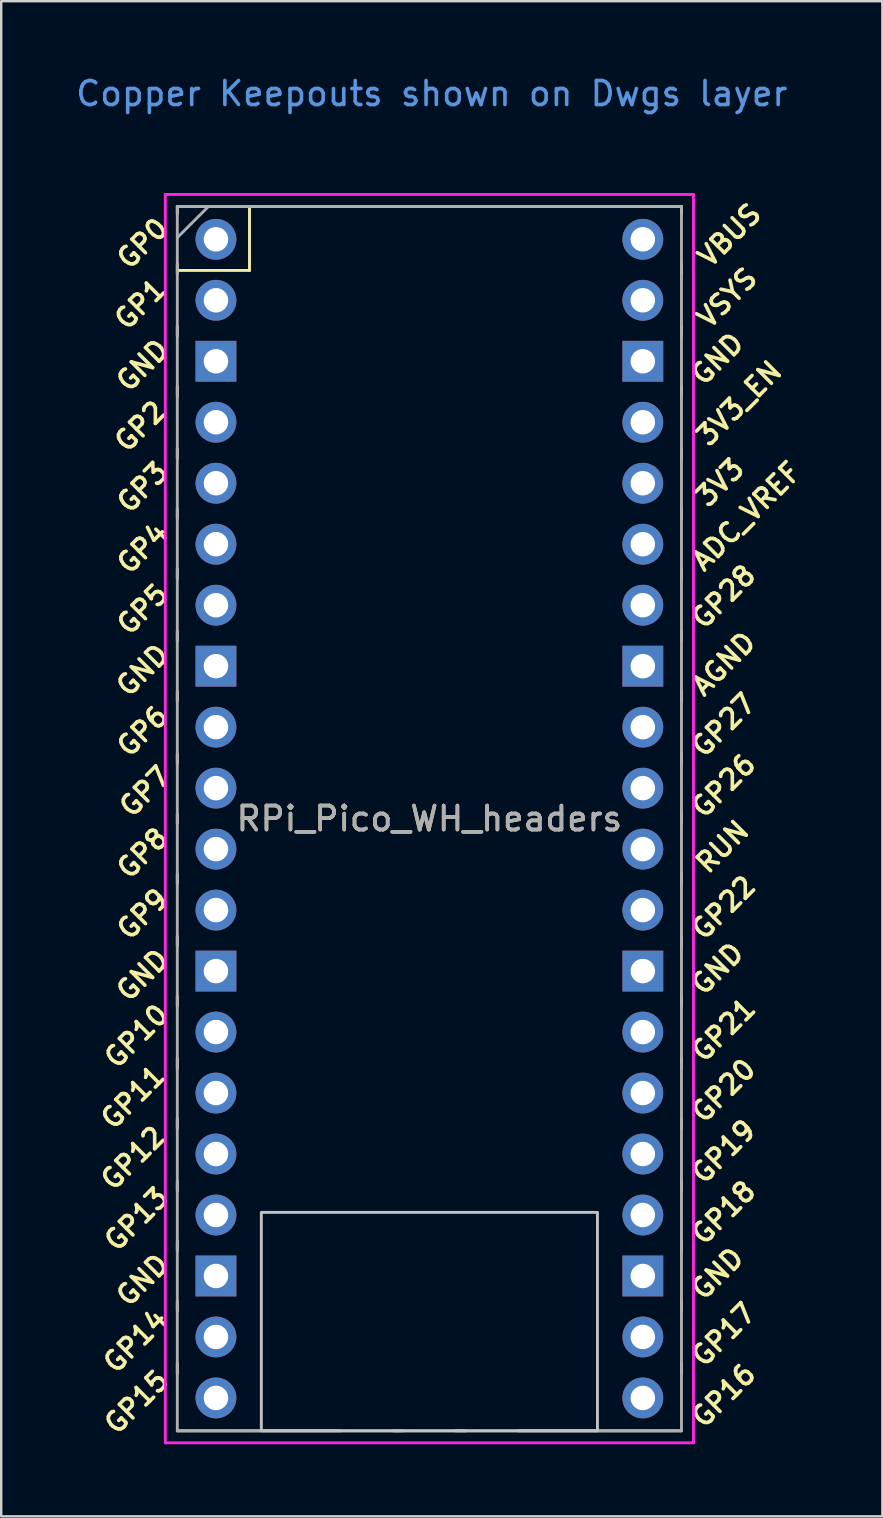
<source format=kicad_pcb>
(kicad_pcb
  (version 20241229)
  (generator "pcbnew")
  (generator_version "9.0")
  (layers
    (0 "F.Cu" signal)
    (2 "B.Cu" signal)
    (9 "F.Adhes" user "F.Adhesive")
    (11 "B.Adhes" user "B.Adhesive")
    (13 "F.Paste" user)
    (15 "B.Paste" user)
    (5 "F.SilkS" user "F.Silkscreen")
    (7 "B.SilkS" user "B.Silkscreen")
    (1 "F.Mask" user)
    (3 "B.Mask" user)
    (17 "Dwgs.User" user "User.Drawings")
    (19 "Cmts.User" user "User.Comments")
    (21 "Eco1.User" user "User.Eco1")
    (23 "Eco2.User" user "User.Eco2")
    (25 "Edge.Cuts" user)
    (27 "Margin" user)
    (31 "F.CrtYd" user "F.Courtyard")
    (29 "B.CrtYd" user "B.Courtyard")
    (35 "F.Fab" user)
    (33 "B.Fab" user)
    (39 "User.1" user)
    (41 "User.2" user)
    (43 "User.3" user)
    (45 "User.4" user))
  (footprint "RPi_Pico_WH_headers"
    (layer "F.Cu")
    (at 14.835 31.048)
    (property "Reference" "RPi_Pico_WH_headers" (at 0 0 0) (layer "F.SilkS") (effects (font (size 1 1) (thickness 0.15))))
    (attr through_hole)
    (fp_line (start -10.5 -25.5) (end -10.5 -25.2) (stroke (width 0.12) (type solid)) (layer "F.SilkS"))
    (fp_line (start -10.5 -25.5) (end 10.5 -25.5) (stroke (width 0.12) (type solid)) (layer "F.SilkS"))
    (fp_line (start -10.5 -23.1) (end -10.5 -22.7) (stroke (width 0.12) (type solid)) (layer "F.SilkS"))
    (fp_line (start -10.5 -22.833) (end -7.493 -22.833) (stroke (width 0.12) (type solid)) (layer "F.SilkS"))
    (fp_line (start -10.5 -20.5) (end -10.5 -20.1) (stroke (width 0.12) (type solid)) (layer "F.SilkS"))
    (fp_line (start -10.5 -18) (end -10.5 -17.6) (stroke (width 0.12) (type solid)) (layer "F.SilkS"))
    (fp_line (start -10.5 -15.4) (end -10.5 -15) (stroke (width 0.12) (type solid)) (layer "F.SilkS"))
    (fp_line (start -10.5 -12.9) (end -10.5 -12.5) (stroke (width 0.12) (type solid)) (layer "F.SilkS"))
    (fp_line (start -10.5 -10.4) (end -10.5 -10) (stroke (width 0.12) (type solid)) (layer "F.SilkS"))
    (fp_line (start -10.5 -7.8) (end -10.5 -7.4) (stroke (width 0.12) (type solid)) (layer "F.SilkS"))
    (fp_line (start -10.5 -5.3) (end -10.5 -4.9) (stroke (width 0.12) (type solid)) (layer "F.SilkS"))
    (fp_line (start -10.5 -2.7) (end -10.5 -2.3) (stroke (width 0.12) (type solid)) (layer "F.SilkS"))
    (fp_line (start -10.5 -0.2) (end -10.5 0.2) (stroke (width 0.12) (type solid)) (layer "F.SilkS"))
    (fp_line (start -10.5 2.3) (end -10.5 2.7) (stroke (width 0.12) (type solid)) (layer "F.SilkS"))
    (fp_line (start -10.5 4.9) (end -10.5 5.3) (stroke (width 0.12) (type solid)) (layer "F.SilkS"))
    (fp_line (start -10.5 7.4) (end -10.5 7.8) (stroke (width 0.12) (type solid)) (layer "F.SilkS"))
    (fp_line (start -10.5 10) (end -10.5 10.4) (stroke (width 0.12) (type solid)) (layer "F.SilkS"))
    (fp_line (start -10.5 12.5) (end -10.5 12.9) (stroke (width 0.12) (type solid)) (layer "F.SilkS"))
    (fp_line (start -10.5 15.1) (end -10.5 15.5) (stroke (width 0.12) (type solid)) (layer "F.SilkS"))
    (fp_line (start -10.5 17.6) (end -10.5 18) (stroke (width 0.12) (type solid)) (layer "F.SilkS"))
    (fp_line (start -10.5 20.1) (end -10.5 20.5) (stroke (width 0.12) (type solid)) (layer "F.SilkS"))
    (fp_line (start -10.5 22.7) (end -10.5 23.1) (stroke (width 0.12) (type solid)) (layer "F.SilkS"))
    (fp_line (start -7.493 -22.833) (end -7.493 -25.5) (stroke (width 0.12) (type solid)) (layer "F.SilkS"))
    (fp_line (start -3.7 25.5) (end -10.5 25.5) (stroke (width 0.12) (type solid)) (layer "F.SilkS"))
    (fp_line (start -1.5 25.5) (end -1.1 25.5) (stroke (width 0.12) (type solid)) (layer "F.SilkS"))
    (fp_line (start 1.1 25.5) (end 1.5 25.5) (stroke (width 0.12) (type solid)) (layer "F.SilkS"))
    (fp_line (start 10.5 -25.5) (end 10.5 -25.2) (stroke (width 0.12) (type solid)) (layer "F.SilkS"))
    (fp_line (start 10.5 -23.1) (end 10.5 -22.7) (stroke (width 0.12) (type solid)) (layer "F.SilkS"))
    (fp_line (start 10.5 -20.5) (end 10.5 -20.1) (stroke (width 0.12) (type solid)) (layer "F.SilkS"))
    (fp_line (start 10.5 -18) (end 10.5 -17.6) (stroke (width 0.12) (type solid)) (layer "F.SilkS"))
    (fp_line (start 10.5 -15.4) (end 10.5 -15) (stroke (width 0.12) (type solid)) (layer "F.SilkS"))
    (fp_line (start 10.5 -12.9) (end 10.5 -12.5) (stroke (width 0.12) (type solid)) (layer "F.SilkS"))
    (fp_line (start 10.5 -10.4) (end 10.5 -10) (stroke (width 0.12) (type solid)) (layer "F.SilkS"))
    (fp_line (start 10.5 -7.8) (end 10.5 -7.4) (stroke (width 0.12) (type solid)) (layer "F.SilkS"))
    (fp_line (start 10.5 -5.3) (end 10.5 -4.9) (stroke (width 0.12) (type solid)) (layer "F.SilkS"))
    (fp_line (start 10.5 -2.7) (end 10.5 -2.3) (stroke (width 0.12) (type solid)) (layer "F.SilkS"))
    (fp_line (start 10.5 -0.2) (end 10.5 0.2) (stroke (width 0.12) (type solid)) (layer "F.SilkS"))
    (fp_line (start 10.5 2.3) (end 10.5 2.7) (stroke (width 0.12) (type solid)) (layer "F.SilkS"))
    (fp_line (start 10.5 4.9) (end 10.5 5.3) (stroke (width 0.12) (type solid)) (layer "F.SilkS"))
    (fp_line (start 10.5 7.4) (end 10.5 7.8) (stroke (width 0.12) (type solid)) (layer "F.SilkS"))
    (fp_line (start 10.5 10) (end 10.5 10.4) (stroke (width 0.12) (type solid)) (layer "F.SilkS"))
    (fp_line (start 10.5 12.5) (end 10.5 12.9) (stroke (width 0.12) (type solid)) (layer "F.SilkS"))
    (fp_line (start 10.5 15.1) (end 10.5 15.5) (stroke (width 0.12) (type solid)) (layer "F.SilkS"))
    (fp_line (start 10.5 17.6) (end 10.5 18) (stroke (width 0.12) (type solid)) (layer "F.SilkS"))
    (fp_line (start 10.5 20.1) (end 10.5 20.5) (stroke (width 0.12) (type solid)) (layer "F.SilkS"))
    (fp_line (start 10.5 22.7) (end 10.5 23.1) (stroke (width 0.12) (type solid)) (layer "F.SilkS"))
    (fp_line (start 10.5 25.5) (end 3.7 25.5) (stroke (width 0.12) (type solid)) (layer "F.SilkS"))
    (fp_rect (start -7 16.4) (end 7 25.5) (stroke (width 0.12) (type solid)) (fill no) (layer "Dwgs.User"))
    (fp_line (start -11 -26) (end 11 -26) (stroke (width 0.12) (type solid)) (layer "F.CrtYd"))
    (fp_line (start -11 26) (end -11 -26) (stroke (width 0.12) (type solid)) (layer "F.CrtYd"))
    (fp_line (start 11 -26) (end 11 26) (stroke (width 0.12) (type solid)) (layer "F.CrtYd"))
    (fp_line (start 11 26) (end -11 26) (stroke (width 0.12) (type solid)) (layer "F.CrtYd"))
    (fp_line (start -10.5 -25.5) (end 10.5 -25.5) (stroke (width 0.12) (type solid)) (layer "F.Fab"))
    (fp_line (start -10.5 -24.2) (end -9.2 -25.5) (stroke (width 0.12) (type solid)) (layer "F.Fab"))
    (fp_line (start -10.5 25.5) (end -10.5 -25.5) (stroke (width 0.12) (type solid)) (layer "F.Fab"))
    (fp_line (start 10.5 -25.5) (end 10.5 25.5) (stroke (width 0.12) (type solid)) (layer "F.Fab"))
    (fp_line (start 10.5 25.5) (end -10.5 25.5) (stroke (width 0.12) (type solid)) (layer "F.Fab"))
    (fp_text user "GP19" (at 12.254 13.87 45) (layer "F.SilkS") (effects (font (size 0.8 0.8) (thickness 0.15))))
    (fp_text user "GP10" (at -12.2 9.06 45) (layer "F.SilkS") (effects (font (size 0.8 0.8) (thickness 0.15))))
    (fp_text user "GP26" (at 12.254 -1.37 45) (layer "F.SilkS") (effects (font (size 0.8 0.8) (thickness 0.15))))
    (fp_text user "GND" (at -11.946 6.52 45) (layer "F.SilkS") (effects (font (size 0.8 0.8) (thickness 0.15))))
    (fp_text user "3V3_EN" (at 12.9 -17.3 45) (layer "F.SilkS") (effects (font (size 0.8 0.8) (thickness 0.15))))
    (fp_text user "GP6" (at -11.946 -3.64 45) (layer "F.SilkS") (effects (font (size 0.8 0.8) (thickness 0.15))))
    (fp_text user "GND" (at -11.946 -18.88 45) (layer "F.SilkS") (effects (font (size 0.8 0.8) (thickness 0.15))))
    (fp_text user "GP8" (at -11.946 1.44 45) (layer "F.SilkS") (effects (font (size 0.8 0.8) (thickness 0.15))))
    (fp_text user "GP1" (at -12.046 -21.43 45) (layer "F.SilkS") (effects (font (size 0.8 0.8) (thickness 0.15))))
    (fp_text user "GP2" (at -12.046 -16.34 45) (layer "F.SilkS") (effects (font (size 0.8 0.8) (thickness 0.15))))
    (fp_text user "GP7" (at -11.846 -1.13 45) (layer "F.SilkS") (effects (font (size 0.8 0.8) (thickness 0.15))))
    (fp_text user "RUN" (at 12.2 1.17 45) (layer "F.SilkS") (effects (font (size 0.8 0.8) (thickness 0.15))))
    (fp_text user "GND" (at 12 -19.15 45) (layer "F.SilkS") (effects (font (size 0.8 0.8) (thickness 0.15))))
    (fp_text user "GND" (at 12 6.25 45) (layer "F.SilkS") (effects (font (size 0.8 0.8) (thickness 0.15))))
    (fp_text user "GP27" (at 12.254 -3.9 45) (layer "F.SilkS") (effects (font (size 0.8 0.8) (thickness 0.15))))
    (fp_text user "GP13" (at -12.2 16.68 45) (layer "F.SilkS") (effects (font (size 0.8 0.8) (thickness 0.15))))
    (fp_text user "GND" (at -11.946 -6.18 45) (layer "F.SilkS") (effects (font (size 0.8 0.8) (thickness 0.15))))
    (fp_text user "GP28" (at 12.254 -9.244 45) (layer "F.SilkS") (effects (font (size 0.8 0.8) (thickness 0.15))))
    (fp_text user "ADC_VREF" (at 13.2 -12.6 45) (layer "F.SilkS") (effects (font (size 0.8 0.8) (thickness 0.15))))
    (fp_text user "GP22" (at 12.254 3.71 45) (layer "F.SilkS") (effects (font (size 0.8 0.8) (thickness 0.15))))
    (fp_text user "GP11" (at -12.346 11.6 45) (layer "F.SilkS") (effects (font (size 0.8 0.8) (thickness 0.15))))
    (fp_text user "AGND" (at 12.254 -6.45 45) (layer "F.SilkS") (effects (font (size 0.8 0.8) (thickness 0.15))))
    (fp_text user "GP0" (at -11.946 -23.96 45) (layer "F.SilkS") (effects (font (size 0.8 0.8) (thickness 0.15))))
    (fp_text user "GP9" (at -11.946 3.98 45) (layer "F.SilkS") (effects (font (size 0.8 0.8) (thickness 0.15))))
    (fp_text user "GP14" (at -12.246 21.76 45) (layer "F.SilkS") (effects (font (size 0.8 0.8) (thickness 0.15))))
    (fp_text user "GP20" (at 12.254 11.33 45) (layer "F.SilkS") (effects (font (size 0.8 0.8) (thickness 0.15))))
    (fp_text user "GP17" (at 12.254 21.49 45) (layer "F.SilkS") (effects (font (size 0.8 0.8) (thickness 0.15))))
    (fp_text user "GND" (at -11.946 19.22 45) (layer "F.SilkS") (effects (font (size 0.8 0.8) (thickness 0.15))))
    (fp_text user "VBUS" (at 12.5 -24.3 45) (layer "F.SilkS") (effects (font (size 0.8 0.8) (thickness 0.15))))
    (fp_text user "GP4" (at -11.946 -11.26 45) (layer "F.SilkS") (effects (font (size 0.8 0.8) (thickness 0.15))))
    (fp_text user "VSYS" (at 12.4 -21.69 45) (layer "F.SilkS") (effects (font (size 0.8 0.8) (thickness 0.15))))
    (fp_text user "GP5" (at -11.946 -8.72 45) (layer "F.SilkS") (effects (font (size 0.8 0.8) (thickness 0.15))))
    (fp_text user "GP15" (at -12.2 24.3 45) (layer "F.SilkS") (effects (font (size 0.8 0.8) (thickness 0.15))))
    (fp_text user "GP16" (at 12.254 24.03 45) (layer "F.SilkS") (effects (font (size 0.8 0.8) (thickness 0.15))))
    (fp_text user "GP3" (at -11.946 -13.8 45) (layer "F.SilkS") (effects (font (size 0.8 0.8) (thickness 0.15))))
    (fp_text user "GP21" (at 12.254 8.8 45) (layer "F.SilkS") (effects (font (size 0.8 0.8) (thickness 0.15))))
    (fp_text user "GP18" (at 12.254 16.41 45) (layer "F.SilkS") (effects (font (size 0.8 0.8) (thickness 0.15))))
    (fp_text user "GND" (at 12 18.95 45) (layer "F.SilkS") (effects (font (size 0.8 0.8) (thickness 0.15))))
    (fp_text user "3V3" (at 12.1 -14 45) (layer "F.SilkS") (effects (font (size 0.8 0.8) (thickness 0.15))))
    (fp_text user "GP12" (at -12.346 14.14 45) (layer "F.SilkS") (effects (font (size 0.8 0.8) (thickness 0.15))))
    (fp_text user "Copper Keepouts shown on Dwgs layer" (at 0.1 -30.2 0) (layer "Cmts.User") (effects (font (size 1 1) (thickness 0.15))))
    (fp_text user "${REFERENCE}" (at 0 0 180) (layer "F.Fab") (effects (font (size 1 1) (thickness 0.15))))
    (pad "1" thru_hole oval (at -8.89 -24.13) (size 1.7 1.7) (drill 1.02) (layers "*.Cu" "*.Mask"))
    (pad "2" thru_hole oval (at -8.89 -21.59) (size 1.7 1.7) (drill 1.02) (layers "*.Cu" "*.Mask"))
    (pad "3" thru_hole rect (at -8.89 -19.05) (size 1.7 1.7) (drill 1.02) (layers "*.Cu" "*.Mask"))
    (pad "4" thru_hole oval (at -8.89 -16.51) (size 1.7 1.7) (drill 1.02) (layers "*.Cu" "*.Mask"))
    (pad "5" thru_hole oval (at -8.89 -13.97) (size 1.7 1.7) (drill 1.02) (layers "*.Cu" "*.Mask"))
    (pad "6" thru_hole oval (at -8.89 -11.43) (size 1.7 1.7) (drill 1.02) (layers "*.Cu" "*.Mask"))
    (pad "7" thru_hole oval (at -8.89 -8.89) (size 1.7 1.7) (drill 1.02) (layers "*.Cu" "*.Mask"))
    (pad "8" thru_hole rect (at -8.89 -6.35) (size 1.7 1.7) (drill 1.02) (layers "*.Cu" "*.Mask"))
    (pad "9" thru_hole oval (at -8.89 -3.81) (size 1.7 1.7) (drill 1.02) (layers "*.Cu" "*.Mask"))
    (pad "10" thru_hole oval (at -8.89 -1.27) (size 1.7 1.7) (drill 1.02) (layers "*.Cu" "*.Mask"))
    (pad "11" thru_hole oval (at -8.89 1.27) (size 1.7 1.7) (drill 1.02) (layers "*.Cu" "*.Mask"))
    (pad "12" thru_hole oval (at -8.89 3.81) (size 1.7 1.7) (drill 1.02) (layers "*.Cu" "*.Mask"))
    (pad "13" thru_hole rect (at -8.89 6.35) (size 1.7 1.7) (drill 1.02) (layers "*.Cu" "*.Mask"))
    (pad "14" thru_hole oval (at -8.89 8.89) (size 1.7 1.7) (drill 1.02) (layers "*.Cu" "*.Mask"))
    (pad "15" thru_hole oval (at -8.89 11.43) (size 1.7 1.7) (drill 1.02) (layers "*.Cu" "*.Mask"))
    (pad "16" thru_hole oval (at -8.89 13.97) (size 1.7 1.7) (drill 1.02) (layers "*.Cu" "*.Mask"))
    (pad "17" thru_hole oval (at -8.89 16.51) (size 1.7 1.7) (drill 1.02) (layers "*.Cu" "*.Mask"))
    (pad "18" thru_hole rect (at -8.89 19.05) (size 1.7 1.7) (drill 1.02) (layers "*.Cu" "*.Mask"))
    (pad "19" thru_hole oval (at -8.89 21.59) (size 1.7 1.7) (drill 1.02) (layers "*.Cu" "*.Mask"))
    (pad "20" thru_hole oval (at -8.89 24.13) (size 1.7 1.7) (drill 1.02) (layers "*.Cu" "*.Mask"))
    (pad "21" thru_hole oval (at 8.89 24.13) (size 1.7 1.7) (drill 1.02) (layers "*.Cu" "*.Mask"))
    (pad "22" thru_hole oval (at 8.89 21.59) (size 1.7 1.7) (drill 1.02) (layers "*.Cu" "*.Mask"))
    (pad "23" thru_hole rect (at 8.89 19.05) (size 1.7 1.7) (drill 1.02) (layers "*.Cu" "*.Mask"))
    (pad "24" thru_hole oval (at 8.89 16.51) (size 1.7 1.7) (drill 1.02) (layers "*.Cu" "*.Mask"))
    (pad "25" thru_hole oval (at 8.89 13.97) (size 1.7 1.7) (drill 1.02) (layers "*.Cu" "*.Mask"))
    (pad "26" thru_hole oval (at 8.89 11.43) (size 1.7 1.7) (drill 1.02) (layers "*.Cu" "*.Mask"))
    (pad "27" thru_hole oval (at 8.89 8.89) (size 1.7 1.7) (drill 1.02) (layers "*.Cu" "*.Mask"))
    (pad "28" thru_hole rect (at 8.89 6.35) (size 1.7 1.7) (drill 1.02) (layers "*.Cu" "*.Mask"))
    (pad "29" thru_hole oval (at 8.89 3.81) (size 1.7 1.7) (drill 1.02) (layers "*.Cu" "*.Mask"))
    (pad "30" thru_hole oval (at 8.89 1.27) (size 1.7 1.7) (drill 1.02) (layers "*.Cu" "*.Mask"))
    (pad "31" thru_hole oval (at 8.89 -1.27) (size 1.7 1.7) (drill 1.02) (layers "*.Cu" "*.Mask"))
    (pad "32" thru_hole oval (at 8.89 -3.81) (size 1.7 1.7) (drill 1.02) (layers "*.Cu" "*.Mask"))
    (pad "33" thru_hole rect (at 8.89 -6.35) (size 1.7 1.7) (drill 1.02) (layers "*.Cu" "*.Mask"))
    (pad "34" thru_hole oval (at 8.89 -8.89) (size 1.7 1.7) (drill 1.02) (layers "*.Cu" "*.Mask"))
    (pad "35" thru_hole oval (at 8.89 -11.43) (size 1.7 1.7) (drill 1.02) (layers "*.Cu" "*.Mask"))
    (pad "36" thru_hole oval (at 8.89 -13.97) (size 1.7 1.7) (drill 1.02) (layers "*.Cu" "*.Mask"))
    (pad "37" thru_hole oval (at 8.89 -16.51) (size 1.7 1.7) (drill 1.02) (layers "*.Cu" "*.Mask"))
    (pad "38" thru_hole rect (at 8.89 -19.05) (size 1.7 1.7) (drill 1.02) (layers "*.Cu" "*.Mask"))
    (pad "39" thru_hole oval (at 8.89 -21.59) (size 1.7 1.7) (drill 1.02) (layers "*.Cu" "*.Mask"))
    (pad "40" thru_hole oval (at 8.89 -24.13) (size 1.7 1.7) (drill 1.02) (layers "*.Cu" "*.Mask")))
  (gr_rect
    (start -3 -3)
    (end 33.701 60.108)
    (stroke (width 0.1) (type default))
    (fill no)
    (layer "Edge.Cuts")))
</source>
